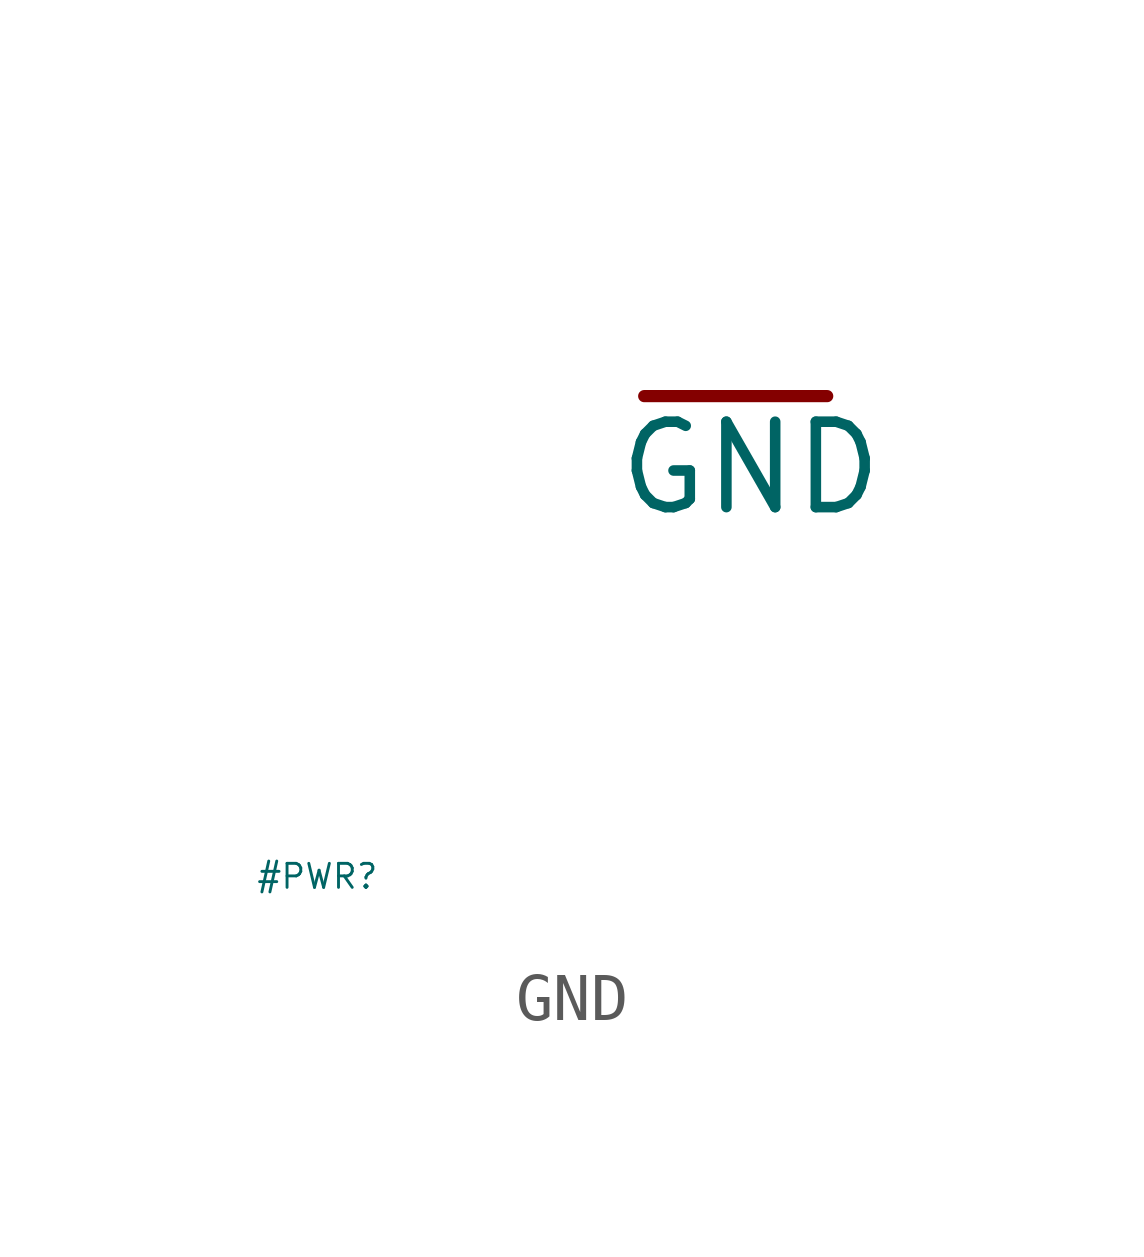
<source format=kicad_sym>
(kicad_symbol_lib
  (version 20220914)
  (generator Eagle2Kicad)
  (symbol "GND"
    (power)
    (pin_names
      (offset 0))
    (property "Reference" "#PWR"
      (at -10 -10 0)
      (effects (font (size 0.5 0.5) (thickness 0.06)) (justify left)))
    (property "Value" "GND"
      (at -2.54 -2.54 0)
      (effects (font (size 1.778 1.778) (thickness 0.22)) (justify left bottom)))
    (polyline
      (pts (xy -1.905 0) (xy 1.905 0))
      (stroke (width 0.254) (type default))
      (fill (type none)))
    (pin power_in line
      (at 0 2.54 270)
      (length 2.54) hide
      (name "GND" (effects (font (size 0.635 0.635) (thickness 0.08)) (justify left bottom)))
      (number "1" (effects (font (size 0.635 0.635) (thickness 0.08)) (justify left bottom))))))
</source>
